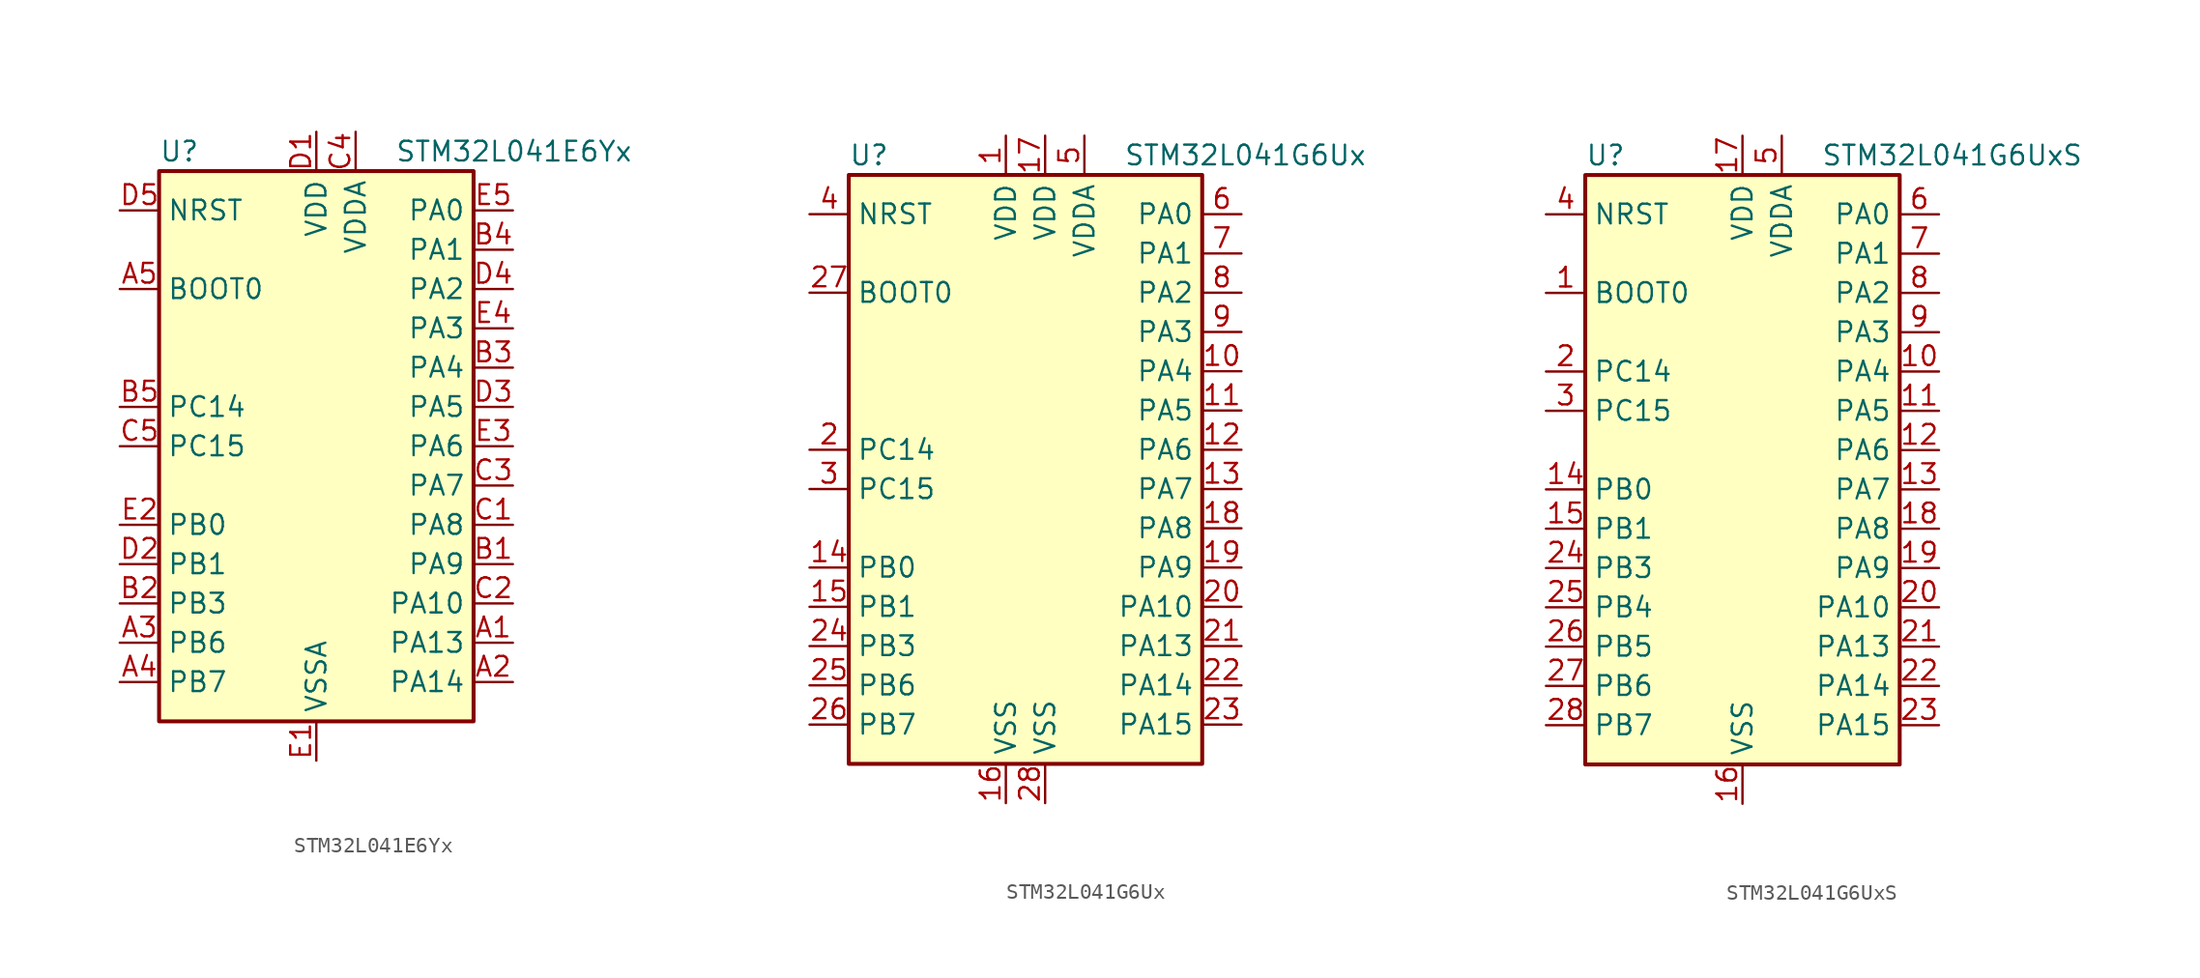
<source format=kicad_sym>
(kicad_symbol_lib
  (version 20201005)
  (generator kicad_symbol_editor)
  (symbol "STM32L041E6Yx"
    (property "Reference" "U"
      (at -10.16 19.05 0)
      (effects (font (size 1.27 1.27)) (justify left)))
    (property "Value" "STM32L041E6Yx"
      (at 5.08 19.05 0)
      (effects (font (size 1.27 1.27)) (justify left)))
    (symbol "STM32L041E6Yx_0_1"
      (rectangle (start -10.16 -17.78) (end 10.16 17.78) (stroke (width 0.254)) (fill (type background))))
    (symbol "STM32L041E6Yx_1_1"
      (pin input line (at -12.7 10.16 0) (length 2.54) (name "BOOT0" (effects (font (size 1.27 1.27)))) (number "A5" (effects (font (size 1.27 1.27)))))
      (pin input line (at -12.7 15.24 0) (length 2.54) (name "NRST" (effects (font (size 1.27 1.27)))) (number "D5" (effects (font (size 1.27 1.27)))))
      (pin bidirectional line (at 12.7 15.24 180) (length 2.54) (name "PA0" (effects (font (size 1.27 1.27)))) (number "E5" (effects (font (size 1.27 1.27)))))
      (pin bidirectional line (at 12.7 12.7 180) (length 2.54) (name "PA1" (effects (font (size 1.27 1.27)))) (number "B4" (effects (font (size 1.27 1.27)))))
      (pin bidirectional line (at 12.7 -10.16 180) (length 2.54) (name "PA10" (effects (font (size 1.27 1.27)))) (number "C2" (effects (font (size 1.27 1.27)))))
      (pin bidirectional line (at 12.7 -12.7 180) (length 2.54) (name "PA13" (effects (font (size 1.27 1.27)))) (number "A1" (effects (font (size 1.27 1.27)))))
      (pin bidirectional line (at 12.7 -15.24 180) (length 2.54) (name "PA14" (effects (font (size 1.27 1.27)))) (number "A2" (effects (font (size 1.27 1.27)))))
      (pin bidirectional line (at 12.7 10.16 180) (length 2.54) (name "PA2" (effects (font (size 1.27 1.27)))) (number "D4" (effects (font (size 1.27 1.27)))))
      (pin bidirectional line (at 12.7 7.62 180) (length 2.54) (name "PA3" (effects (font (size 1.27 1.27)))) (number "E4" (effects (font (size 1.27 1.27)))))
      (pin bidirectional line (at 12.7 5.08 180) (length 2.54) (name "PA4" (effects (font (size 1.27 1.27)))) (number "B3" (effects (font (size 1.27 1.27)))))
      (pin bidirectional line (at 12.7 2.54 180) (length 2.54) (name "PA5" (effects (font (size 1.27 1.27)))) (number "D3" (effects (font (size 1.27 1.27)))))
      (pin bidirectional line (at 12.7 0 180) (length 2.54) (name "PA6" (effects (font (size 1.27 1.27)))) (number "E3" (effects (font (size 1.27 1.27)))))
      (pin bidirectional line (at 12.7 -2.54 180) (length 2.54) (name "PA7" (effects (font (size 1.27 1.27)))) (number "C3" (effects (font (size 1.27 1.27)))))
      (pin bidirectional line (at 12.7 -5.08 180) (length 2.54) (name "PA8" (effects (font (size 1.27 1.27)))) (number "C1" (effects (font (size 1.27 1.27)))))
      (pin bidirectional line (at 12.7 -7.62 180) (length 2.54) (name "PA9" (effects (font (size 1.27 1.27)))) (number "B1" (effects (font (size 1.27 1.27)))))
      (pin bidirectional line (at -12.7 -5.08 0) (length 2.54) (name "PB0" (effects (font (size 1.27 1.27)))) (number "E2" (effects (font (size 1.27 1.27)))))
      (pin bidirectional line (at -12.7 -7.62 0) (length 2.54) (name "PB1" (effects (font (size 1.27 1.27)))) (number "D2" (effects (font (size 1.27 1.27)))))
      (pin bidirectional line (at -12.7 -10.16 0) (length 2.54) (name "PB3" (effects (font (size 1.27 1.27)))) (number "B2" (effects (font (size 1.27 1.27)))))
      (pin bidirectional line (at -12.7 -12.7 0) (length 2.54) (name "PB6" (effects (font (size 1.27 1.27)))) (number "A3" (effects (font (size 1.27 1.27)))))
      (pin bidirectional line (at -12.7 -15.24 0) (length 2.54) (name "PB7" (effects (font (size 1.27 1.27)))) (number "A4" (effects (font (size 1.27 1.27)))))
      (pin bidirectional line (at -12.7 2.54 0) (length 2.54) (name "PC14" (effects (font (size 1.27 1.27)))) (number "B5" (effects (font (size 1.27 1.27)))))
      (pin bidirectional line (at -12.7 0 0) (length 2.54) (name "PC15" (effects (font (size 1.27 1.27)))) (number "C5" (effects (font (size 1.27 1.27)))))
      (pin power_in line (at 0 20.32 270) (length 2.54) (name "VDD" (effects (font (size 1.27 1.27)))) (number "D1" (effects (font (size 1.27 1.27)))))
      (pin power_in line (at 2.54 20.32 270) (length 2.54) (name "VDDA" (effects (font (size 1.27 1.27)))) (number "C4" (effects (font (size 1.27 1.27)))))
      (pin power_in line (at 0 -20.32 90) (length 2.54) (name "VSSA" (effects (font (size 1.27 1.27)))) (number "E1" (effects (font (size 1.27 1.27)))))))
  (symbol "STM32L041G6Ux"
    (property "Reference" "U"
      (at -12.7 19.05 0)
      (effects (font (size 1.27 1.27)) (justify left)))
    (property "Value" "STM32L041G6Ux"
      (at 5.08 19.05 0)
      (effects (font (size 1.27 1.27)) (justify left)))
    (symbol "STM32L041G6Ux_0_1"
      (rectangle (start -12.7 -20.32) (end 10.16 17.78) (stroke (width 0.254)) (fill (type background))))
    (symbol "STM32L041G6Ux_1_1"
      (pin input line (at -15.24 10.16 0) (length 2.54) (name "BOOT0" (effects (font (size 1.27 1.27)))) (number "27" (effects (font (size 1.27 1.27)))))
      (pin input line (at -15.24 15.24 0) (length 2.54) (name "NRST" (effects (font (size 1.27 1.27)))) (number "4" (effects (font (size 1.27 1.27)))))
      (pin bidirectional line (at 12.7 15.24 180) (length 2.54) (name "PA0" (effects (font (size 1.27 1.27)))) (number "6" (effects (font (size 1.27 1.27)))))
      (pin bidirectional line (at 12.7 12.7 180) (length 2.54) (name "PA1" (effects (font (size 1.27 1.27)))) (number "7" (effects (font (size 1.27 1.27)))))
      (pin bidirectional line (at 12.7 -10.16 180) (length 2.54) (name "PA10" (effects (font (size 1.27 1.27)))) (number "20" (effects (font (size 1.27 1.27)))))
      (pin bidirectional line (at 12.7 -12.7 180) (length 2.54) (name "PA13" (effects (font (size 1.27 1.27)))) (number "21" (effects (font (size 1.27 1.27)))))
      (pin bidirectional line (at 12.7 -15.24 180) (length 2.54) (name "PA14" (effects (font (size 1.27 1.27)))) (number "22" (effects (font (size 1.27 1.27)))))
      (pin bidirectional line (at 12.7 -17.78 180) (length 2.54) (name "PA15" (effects (font (size 1.27 1.27)))) (number "23" (effects (font (size 1.27 1.27)))))
      (pin bidirectional line (at 12.7 10.16 180) (length 2.54) (name "PA2" (effects (font (size 1.27 1.27)))) (number "8" (effects (font (size 1.27 1.27)))))
      (pin bidirectional line (at 12.7 7.62 180) (length 2.54) (name "PA3" (effects (font (size 1.27 1.27)))) (number "9" (effects (font (size 1.27 1.27)))))
      (pin bidirectional line (at 12.7 5.08 180) (length 2.54) (name "PA4" (effects (font (size 1.27 1.27)))) (number "10" (effects (font (size 1.27 1.27)))))
      (pin bidirectional line (at 12.7 2.54 180) (length 2.54) (name "PA5" (effects (font (size 1.27 1.27)))) (number "11" (effects (font (size 1.27 1.27)))))
      (pin bidirectional line (at 12.7 0 180) (length 2.54) (name "PA6" (effects (font (size 1.27 1.27)))) (number "12" (effects (font (size 1.27 1.27)))))
      (pin bidirectional line (at 12.7 -2.54 180) (length 2.54) (name "PA7" (effects (font (size 1.27 1.27)))) (number "13" (effects (font (size 1.27 1.27)))))
      (pin bidirectional line (at 12.7 -5.08 180) (length 2.54) (name "PA8" (effects (font (size 1.27 1.27)))) (number "18" (effects (font (size 1.27 1.27)))))
      (pin bidirectional line (at 12.7 -7.62 180) (length 2.54) (name "PA9" (effects (font (size 1.27 1.27)))) (number "19" (effects (font (size 1.27 1.27)))))
      (pin bidirectional line (at -15.24 -7.62 0) (length 2.54) (name "PB0" (effects (font (size 1.27 1.27)))) (number "14" (effects (font (size 1.27 1.27)))))
      (pin bidirectional line (at -15.24 -10.16 0) (length 2.54) (name "PB1" (effects (font (size 1.27 1.27)))) (number "15" (effects (font (size 1.27 1.27)))))
      (pin bidirectional line (at -15.24 -12.7 0) (length 2.54) (name "PB3" (effects (font (size 1.27 1.27)))) (number "24" (effects (font (size 1.27 1.27)))))
      (pin bidirectional line (at -15.24 -15.24 0) (length 2.54) (name "PB6" (effects (font (size 1.27 1.27)))) (number "25" (effects (font (size 1.27 1.27)))))
      (pin bidirectional line (at -15.24 -17.78 0) (length 2.54) (name "PB7" (effects (font (size 1.27 1.27)))) (number "26" (effects (font (size 1.27 1.27)))))
      (pin bidirectional line (at -15.24 0 0) (length 2.54) (name "PC14" (effects (font (size 1.27 1.27)))) (number "2" (effects (font (size 1.27 1.27)))))
      (pin bidirectional line (at -15.24 -2.54 0) (length 2.54) (name "PC15" (effects (font (size 1.27 1.27)))) (number "3" (effects (font (size 1.27 1.27)))))
      (pin power_in line (at -2.54 20.32 270) (length 2.54) (name "VDD" (effects (font (size 1.27 1.27)))) (number "1" (effects (font (size 1.27 1.27)))))
      (pin power_in line (at 0 20.32 270) (length 2.54) (name "VDD" (effects (font (size 1.27 1.27)))) (number "17" (effects (font (size 1.27 1.27)))))
      (pin power_in line (at 2.54 20.32 270) (length 2.54) (name "VDDA" (effects (font (size 1.27 1.27)))) (number "5" (effects (font (size 1.27 1.27)))))
      (pin power_in line (at -2.54 -22.86 90) (length 2.54) (name "VSS" (effects (font (size 1.27 1.27)))) (number "16" (effects (font (size 1.27 1.27)))))
      (pin power_in line (at 0 -22.86 90) (length 2.54) (name "VSS" (effects (font (size 1.27 1.27)))) (number "28" (effects (font (size 1.27 1.27)))))))
  (symbol "STM32L041G6UxS"
    (property "Reference" "U"
      (at -10.16 19.05 0)
      (effects (font (size 1.27 1.27)) (justify left)))
    (property "Value" "STM32L041G6UxS"
      (at 5.08 19.05 0)
      (effects (font (size 1.27 1.27)) (justify left)))
    (symbol "STM32L041G6UxS_0_1"
      (rectangle (start -10.16 -20.32) (end 10.16 17.78) (stroke (width 0.254)) (fill (type background))))
    (symbol "STM32L041G6UxS_1_1"
      (pin input line (at -12.7 10.16 0) (length 2.54) (name "BOOT0" (effects (font (size 1.27 1.27)))) (number "1" (effects (font (size 1.27 1.27)))))
      (pin input line (at -12.7 15.24 0) (length 2.54) (name "NRST" (effects (font (size 1.27 1.27)))) (number "4" (effects (font (size 1.27 1.27)))))
      (pin bidirectional line (at 12.7 15.24 180) (length 2.54) (name "PA0" (effects (font (size 1.27 1.27)))) (number "6" (effects (font (size 1.27 1.27)))))
      (pin bidirectional line (at 12.7 12.7 180) (length 2.54) (name "PA1" (effects (font (size 1.27 1.27)))) (number "7" (effects (font (size 1.27 1.27)))))
      (pin bidirectional line (at 12.7 -10.16 180) (length 2.54) (name "PA10" (effects (font (size 1.27 1.27)))) (number "20" (effects (font (size 1.27 1.27)))))
      (pin bidirectional line (at 12.7 -12.7 180) (length 2.54) (name "PA13" (effects (font (size 1.27 1.27)))) (number "21" (effects (font (size 1.27 1.27)))))
      (pin bidirectional line (at 12.7 -15.24 180) (length 2.54) (name "PA14" (effects (font (size 1.27 1.27)))) (number "22" (effects (font (size 1.27 1.27)))))
      (pin bidirectional line (at 12.7 -17.78 180) (length 2.54) (name "PA15" (effects (font (size 1.27 1.27)))) (number "23" (effects (font (size 1.27 1.27)))))
      (pin bidirectional line (at 12.7 10.16 180) (length 2.54) (name "PA2" (effects (font (size 1.27 1.27)))) (number "8" (effects (font (size 1.27 1.27)))))
      (pin bidirectional line (at 12.7 7.62 180) (length 2.54) (name "PA3" (effects (font (size 1.27 1.27)))) (number "9" (effects (font (size 1.27 1.27)))))
      (pin bidirectional line (at 12.7 5.08 180) (length 2.54) (name "PA4" (effects (font (size 1.27 1.27)))) (number "10" (effects (font (size 1.27 1.27)))))
      (pin bidirectional line (at 12.7 2.54 180) (length 2.54) (name "PA5" (effects (font (size 1.27 1.27)))) (number "11" (effects (font (size 1.27 1.27)))))
      (pin bidirectional line (at 12.7 0 180) (length 2.54) (name "PA6" (effects (font (size 1.27 1.27)))) (number "12" (effects (font (size 1.27 1.27)))))
      (pin bidirectional line (at 12.7 -2.54 180) (length 2.54) (name "PA7" (effects (font (size 1.27 1.27)))) (number "13" (effects (font (size 1.27 1.27)))))
      (pin bidirectional line (at 12.7 -5.08 180) (length 2.54) (name "PA8" (effects (font (size 1.27 1.27)))) (number "18" (effects (font (size 1.27 1.27)))))
      (pin bidirectional line (at 12.7 -7.62 180) (length 2.54) (name "PA9" (effects (font (size 1.27 1.27)))) (number "19" (effects (font (size 1.27 1.27)))))
      (pin bidirectional line (at -12.7 -2.54 0) (length 2.54) (name "PB0" (effects (font (size 1.27 1.27)))) (number "14" (effects (font (size 1.27 1.27)))))
      (pin bidirectional line (at -12.7 -5.08 0) (length 2.54) (name "PB1" (effects (font (size 1.27 1.27)))) (number "15" (effects (font (size 1.27 1.27)))))
      (pin bidirectional line (at -12.7 -7.62 0) (length 2.54) (name "PB3" (effects (font (size 1.27 1.27)))) (number "24" (effects (font (size 1.27 1.27)))))
      (pin bidirectional line (at -12.7 -10.16 0) (length 2.54) (name "PB4" (effects (font (size 1.27 1.27)))) (number "25" (effects (font (size 1.27 1.27)))))
      (pin bidirectional line (at -12.7 -12.7 0) (length 2.54) (name "PB5" (effects (font (size 1.27 1.27)))) (number "26" (effects (font (size 1.27 1.27)))))
      (pin bidirectional line (at -12.7 -15.24 0) (length 2.54) (name "PB6" (effects (font (size 1.27 1.27)))) (number "27" (effects (font (size 1.27 1.27)))))
      (pin bidirectional line (at -12.7 -17.78 0) (length 2.54) (name "PB7" (effects (font (size 1.27 1.27)))) (number "28" (effects (font (size 1.27 1.27)))))
      (pin bidirectional line (at -12.7 5.08 0) (length 2.54) (name "PC14" (effects (font (size 1.27 1.27)))) (number "2" (effects (font (size 1.27 1.27)))))
      (pin bidirectional line (at -12.7 2.54 0) (length 2.54) (name "PC15" (effects (font (size 1.27 1.27)))) (number "3" (effects (font (size 1.27 1.27)))))
      (pin power_in line (at 0 20.32 270) (length 2.54) (name "VDD" (effects (font (size 1.27 1.27)))) (number "17" (effects (font (size 1.27 1.27)))))
      (pin power_in line (at 2.54 20.32 270) (length 2.54) (name "VDDA" (effects (font (size 1.27 1.27)))) (number "5" (effects (font (size 1.27 1.27)))))
      (pin power_in line (at 0 -22.86 90) (length 2.54) (name "VSS" (effects (font (size 1.27 1.27)))) (number "16" (effects (font (size 1.27 1.27))))))))
</source>
